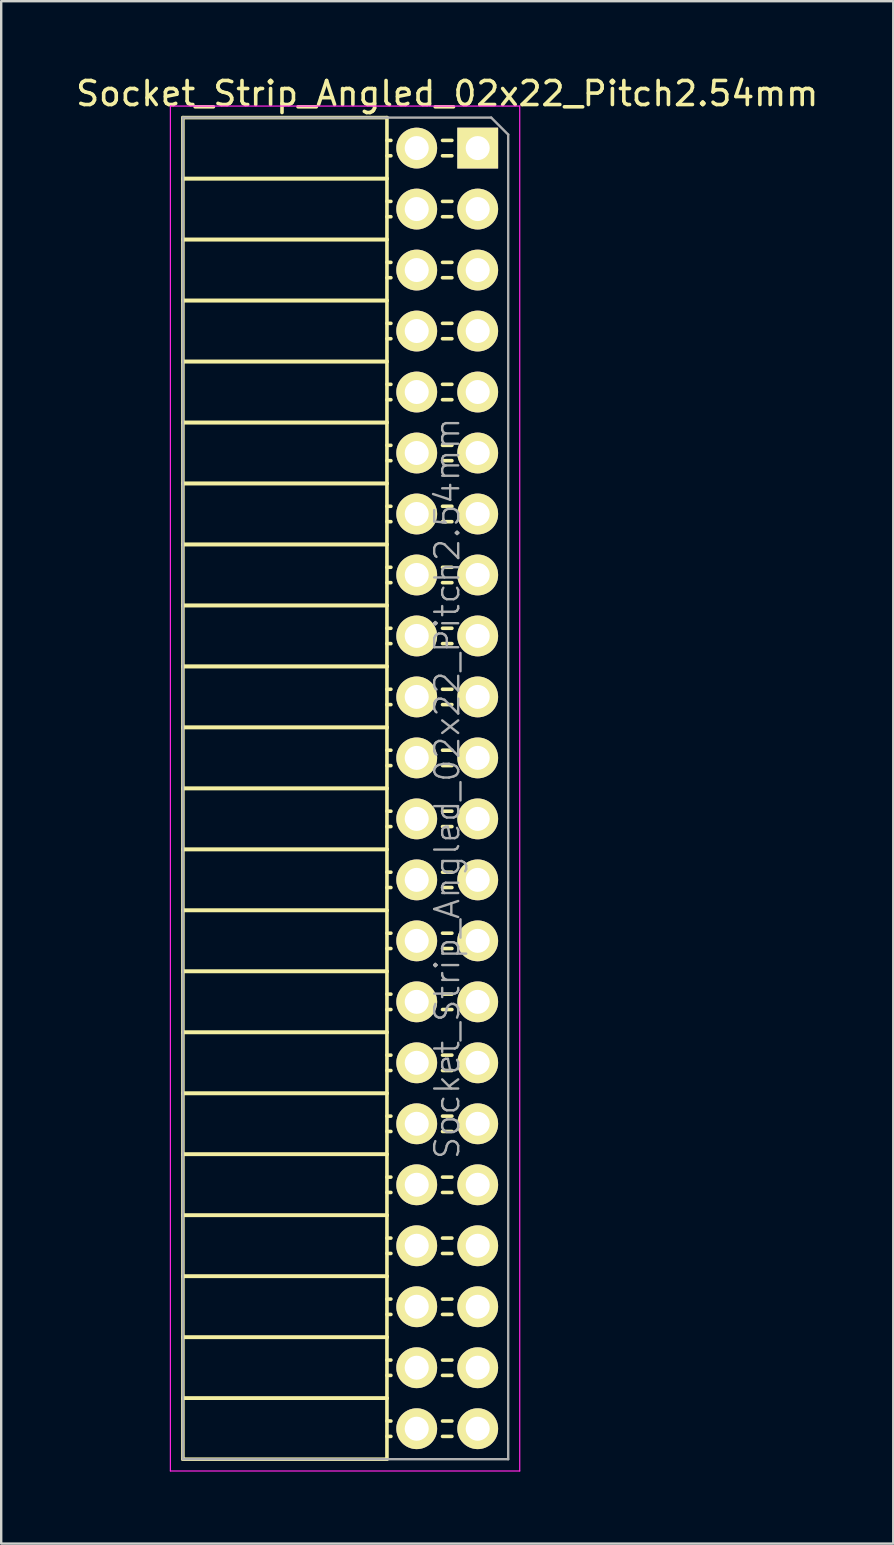
<source format=kicad_pcb>
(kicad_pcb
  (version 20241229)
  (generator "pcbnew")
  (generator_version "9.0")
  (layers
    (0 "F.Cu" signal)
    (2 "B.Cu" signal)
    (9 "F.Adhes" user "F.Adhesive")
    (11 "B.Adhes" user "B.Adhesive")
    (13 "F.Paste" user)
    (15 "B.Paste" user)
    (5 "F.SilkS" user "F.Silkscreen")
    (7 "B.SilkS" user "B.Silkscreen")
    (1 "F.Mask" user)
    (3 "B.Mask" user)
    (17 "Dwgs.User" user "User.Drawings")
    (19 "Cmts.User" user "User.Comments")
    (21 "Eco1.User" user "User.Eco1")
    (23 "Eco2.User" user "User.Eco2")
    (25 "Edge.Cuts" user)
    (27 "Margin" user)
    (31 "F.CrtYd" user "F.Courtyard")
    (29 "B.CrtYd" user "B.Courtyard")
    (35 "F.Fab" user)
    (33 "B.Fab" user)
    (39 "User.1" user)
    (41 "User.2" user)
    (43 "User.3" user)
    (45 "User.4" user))
  (footprint "Socket_Strip_Angled_02x22_Pitch2.54mm"
    (layer "F.Cu")
    (at 16.847 3.118)
    (property "Reference" "Socket_Strip_Angled_02x22_Pitch2.54mm" (at -1.27 -2.27 0) (layer "F.SilkS") (effects (font (size 1 1) (thickness 0.15))))
    (attr smd)
    (fp_line (start -12.28 -1.27) (end -12.28 1.27) (stroke (width 0.15) (type solid)) (layer "F.SilkS"))
    (fp_line (start -12.28 -1.27) (end -3.78 -1.27) (stroke (width 0.15) (type solid)) (layer "F.SilkS"))
    (fp_line (start -12.28 1.27) (end -12.28 3.81) (stroke (width 0.15) (type solid)) (layer "F.SilkS"))
    (fp_line (start -12.28 1.27) (end -3.78 1.27) (stroke (width 0.15) (type solid)) (layer "F.SilkS"))
    (fp_line (start -12.28 1.27) (end -3.78 1.27) (stroke (width 0.15) (type solid)) (layer "F.SilkS"))
    (fp_line (start -12.28 3.81) (end -12.28 6.35) (stroke (width 0.15) (type solid)) (layer "F.SilkS"))
    (fp_line (start -12.28 3.81) (end -3.78 3.81) (stroke (width 0.15) (type solid)) (layer "F.SilkS"))
    (fp_line (start -12.28 3.81) (end -3.78 3.81) (stroke (width 0.15) (type solid)) (layer "F.SilkS"))
    (fp_line (start -12.28 6.35) (end -12.28 8.89) (stroke (width 0.15) (type solid)) (layer "F.SilkS"))
    (fp_line (start -12.28 6.35) (end -3.78 6.35) (stroke (width 0.15) (type solid)) (layer "F.SilkS"))
    (fp_line (start -12.28 6.35) (end -3.78 6.35) (stroke (width 0.15) (type solid)) (layer "F.SilkS"))
    (fp_line (start -12.28 8.89) (end -12.28 11.43) (stroke (width 0.15) (type solid)) (layer "F.SilkS"))
    (fp_line (start -12.28 8.89) (end -3.78 8.89) (stroke (width 0.15) (type solid)) (layer "F.SilkS"))
    (fp_line (start -12.28 8.89) (end -3.78 8.89) (stroke (width 0.15) (type solid)) (layer "F.SilkS"))
    (fp_line (start -12.28 11.43) (end -12.28 13.97) (stroke (width 0.15) (type solid)) (layer "F.SilkS"))
    (fp_line (start -12.28 11.43) (end -3.78 11.43) (stroke (width 0.15) (type solid)) (layer "F.SilkS"))
    (fp_line (start -12.28 11.43) (end -3.78 11.43) (stroke (width 0.15) (type solid)) (layer "F.SilkS"))
    (fp_line (start -12.28 13.97) (end -12.28 16.51) (stroke (width 0.15) (type solid)) (layer "F.SilkS"))
    (fp_line (start -12.28 13.97) (end -3.78 13.97) (stroke (width 0.15) (type solid)) (layer "F.SilkS"))
    (fp_line (start -12.28 13.97) (end -3.78 13.97) (stroke (width 0.15) (type solid)) (layer "F.SilkS"))
    (fp_line (start -12.28 16.51) (end -12.28 19.05) (stroke (width 0.15) (type solid)) (layer "F.SilkS"))
    (fp_line (start -12.28 16.51) (end -3.78 16.51) (stroke (width 0.15) (type solid)) (layer "F.SilkS"))
    (fp_line (start -12.28 16.51) (end -3.78 16.51) (stroke (width 0.15) (type solid)) (layer "F.SilkS"))
    (fp_line (start -12.28 19.05) (end -12.28 21.59) (stroke (width 0.15) (type solid)) (layer "F.SilkS"))
    (fp_line (start -12.28 19.05) (end -3.78 19.05) (stroke (width 0.15) (type solid)) (layer "F.SilkS"))
    (fp_line (start -12.28 19.05) (end -3.78 19.05) (stroke (width 0.15) (type solid)) (layer "F.SilkS"))
    (fp_line (start -12.28 21.59) (end -12.28 24.13) (stroke (width 0.15) (type solid)) (layer "F.SilkS"))
    (fp_line (start -12.28 21.59) (end -3.78 21.59) (stroke (width 0.15) (type solid)) (layer "F.SilkS"))
    (fp_line (start -12.28 21.59) (end -3.78 21.59) (stroke (width 0.15) (type solid)) (layer "F.SilkS"))
    (fp_line (start -12.28 24.13) (end -12.28 26.67) (stroke (width 0.15) (type solid)) (layer "F.SilkS"))
    (fp_line (start -12.28 24.13) (end -3.78 24.13) (stroke (width 0.15) (type solid)) (layer "F.SilkS"))
    (fp_line (start -12.28 24.13) (end -3.78 24.13) (stroke (width 0.15) (type solid)) (layer "F.SilkS"))
    (fp_line (start -12.28 26.67) (end -12.28 29.21) (stroke (width 0.15) (type solid)) (layer "F.SilkS"))
    (fp_line (start -12.28 26.67) (end -3.78 26.67) (stroke (width 0.15) (type solid)) (layer "F.SilkS"))
    (fp_line (start -12.28 26.67) (end -3.78 26.67) (stroke (width 0.15) (type solid)) (layer "F.SilkS"))
    (fp_line (start -12.28 29.21) (end -12.28 31.75) (stroke (width 0.15) (type solid)) (layer "F.SilkS"))
    (fp_line (start -12.28 29.21) (end -3.78 29.21) (stroke (width 0.15) (type solid)) (layer "F.SilkS"))
    (fp_line (start -12.28 29.21) (end -3.78 29.21) (stroke (width 0.15) (type solid)) (layer "F.SilkS"))
    (fp_line (start -12.28 31.75) (end -12.28 34.29) (stroke (width 0.15) (type solid)) (layer "F.SilkS"))
    (fp_line (start -12.28 31.75) (end -3.78 31.75) (stroke (width 0.15) (type solid)) (layer "F.SilkS"))
    (fp_line (start -12.28 31.75) (end -3.78 31.75) (stroke (width 0.15) (type solid)) (layer "F.SilkS"))
    (fp_line (start -12.28 34.29) (end -12.28 36.83) (stroke (width 0.15) (type solid)) (layer "F.SilkS"))
    (fp_line (start -12.28 34.29) (end -3.78 34.29) (stroke (width 0.15) (type solid)) (layer "F.SilkS"))
    (fp_line (start -12.28 34.29) (end -3.78 34.29) (stroke (width 0.15) (type solid)) (layer "F.SilkS"))
    (fp_line (start -12.28 36.83) (end -12.28 39.37) (stroke (width 0.15) (type solid)) (layer "F.SilkS"))
    (fp_line (start -12.28 36.83) (end -3.78 36.83) (stroke (width 0.15) (type solid)) (layer "F.SilkS"))
    (fp_line (start -12.28 36.83) (end -3.78 36.83) (stroke (width 0.15) (type solid)) (layer "F.SilkS"))
    (fp_line (start -12.28 39.37) (end -12.28 41.91) (stroke (width 0.15) (type solid)) (layer "F.SilkS"))
    (fp_line (start -12.28 39.37) (end -3.78 39.37) (stroke (width 0.15) (type solid)) (layer "F.SilkS"))
    (fp_line (start -12.28 39.37) (end -3.78 39.37) (stroke (width 0.15) (type solid)) (layer "F.SilkS"))
    (fp_line (start -12.28 41.91) (end -12.28 44.45) (stroke (width 0.15) (type solid)) (layer "F.SilkS"))
    (fp_line (start -12.28 41.91) (end -3.78 41.91) (stroke (width 0.15) (type solid)) (layer "F.SilkS"))
    (fp_line (start -12.28 41.91) (end -3.78 41.91) (stroke (width 0.15) (type solid)) (layer "F.SilkS"))
    (fp_line (start -12.28 44.45) (end -12.28 46.99) (stroke (width 0.15) (type solid)) (layer "F.SilkS"))
    (fp_line (start -12.28 44.45) (end -3.78 44.45) (stroke (width 0.15) (type solid)) (layer "F.SilkS"))
    (fp_line (start -12.28 44.45) (end -3.78 44.45) (stroke (width 0.15) (type solid)) (layer "F.SilkS"))
    (fp_line (start -12.28 46.99) (end -12.28 49.53) (stroke (width 0.15) (type solid)) (layer "F.SilkS"))
    (fp_line (start -12.28 46.99) (end -3.78 46.99) (stroke (width 0.15) (type solid)) (layer "F.SilkS"))
    (fp_line (start -12.28 46.99) (end -3.78 46.99) (stroke (width 0.15) (type solid)) (layer "F.SilkS"))
    (fp_line (start -12.28 49.53) (end -12.28 52.07) (stroke (width 0.15) (type solid)) (layer "F.SilkS"))
    (fp_line (start -12.28 49.53) (end -3.78 49.53) (stroke (width 0.15) (type solid)) (layer "F.SilkS"))
    (fp_line (start -12.28 49.53) (end -3.78 49.53) (stroke (width 0.15) (type solid)) (layer "F.SilkS"))
    (fp_line (start -12.28 52.07) (end -12.28 54.61) (stroke (width 0.15) (type solid)) (layer "F.SilkS"))
    (fp_line (start -12.28 52.07) (end -3.78 52.07) (stroke (width 0.15) (type solid)) (layer "F.SilkS"))
    (fp_line (start -12.28 52.07) (end -3.78 52.07) (stroke (width 0.15) (type solid)) (layer "F.SilkS"))
    (fp_line (start -12.28 54.61) (end -3.78 54.61) (stroke (width 0.15) (type solid)) (layer "F.SilkS"))
    (fp_line (start -3.78 -1.27) (end -3.78 1.27) (stroke (width 0.15) (type solid)) (layer "F.SilkS"))
    (fp_line (start -3.78 -0.32) (end -3.615 -0.32) (stroke (width 0.15) (type solid)) (layer "F.SilkS"))
    (fp_line (start -3.78 0.32) (end -3.615 0.32) (stroke (width 0.15) (type solid)) (layer "F.SilkS"))
    (fp_line (start -3.78 1.27) (end -3.78 3.81) (stroke (width 0.15) (type solid)) (layer "F.SilkS"))
    (fp_line (start -3.78 2.22) (end -3.615 2.22) (stroke (width 0.15) (type solid)) (layer "F.SilkS"))
    (fp_line (start -3.78 2.86) (end -3.615 2.86) (stroke (width 0.15) (type solid)) (layer "F.SilkS"))
    (fp_line (start -3.78 3.81) (end -3.78 6.35) (stroke (width 0.15) (type solid)) (layer "F.SilkS"))
    (fp_line (start -3.78 4.76) (end -3.615 4.76) (stroke (width 0.15) (type solid)) (layer "F.SilkS"))
    (fp_line (start -3.78 5.4) (end -3.615 5.4) (stroke (width 0.15) (type solid)) (layer "F.SilkS"))
    (fp_line (start -3.78 6.35) (end -3.78 8.89) (stroke (width 0.15) (type solid)) (layer "F.SilkS"))
    (fp_line (start -3.78 7.3) (end -3.615 7.3) (stroke (width 0.15) (type solid)) (layer "F.SilkS"))
    (fp_line (start -3.78 7.94) (end -3.615 7.94) (stroke (width 0.15) (type solid)) (layer "F.SilkS"))
    (fp_line (start -3.78 8.89) (end -3.78 11.43) (stroke (width 0.15) (type solid)) (layer "F.SilkS"))
    (fp_line (start -3.78 9.84) (end -3.615 9.84) (stroke (width 0.15) (type solid)) (layer "F.SilkS"))
    (fp_line (start -3.78 10.48) (end -3.615 10.48) (stroke (width 0.15) (type solid)) (layer "F.SilkS"))
    (fp_line (start -3.78 11.43) (end -3.78 13.97) (stroke (width 0.15) (type solid)) (layer "F.SilkS"))
    (fp_line (start -3.78 12.38) (end -3.615 12.38) (stroke (width 0.15) (type solid)) (layer "F.SilkS"))
    (fp_line (start -3.78 13.02) (end -3.615 13.02) (stroke (width 0.15) (type solid)) (layer "F.SilkS"))
    (fp_line (start -3.78 13.97) (end -3.78 16.51) (stroke (width 0.15) (type solid)) (layer "F.SilkS"))
    (fp_line (start -3.78 14.92) (end -3.615 14.92) (stroke (width 0.15) (type solid)) (layer "F.SilkS"))
    (fp_line (start -3.78 15.56) (end -3.615 15.56) (stroke (width 0.15) (type solid)) (layer "F.SilkS"))
    (fp_line (start -3.78 16.51) (end -3.78 19.05) (stroke (width 0.15) (type solid)) (layer "F.SilkS"))
    (fp_line (start -3.78 17.46) (end -3.615 17.46) (stroke (width 0.15) (type solid)) (layer "F.SilkS"))
    (fp_line (start -3.78 18.1) (end -3.615 18.1) (stroke (width 0.15) (type solid)) (layer "F.SilkS"))
    (fp_line (start -3.78 19.05) (end -3.78 21.59) (stroke (width 0.15) (type solid)) (layer "F.SilkS"))
    (fp_line (start -3.78 20) (end -3.615 20) (stroke (width 0.15) (type solid)) (layer "F.SilkS"))
    (fp_line (start -3.78 20.64) (end -3.615 20.64) (stroke (width 0.15) (type solid)) (layer "F.SilkS"))
    (fp_line (start -3.78 21.59) (end -3.78 24.13) (stroke (width 0.15) (type solid)) (layer "F.SilkS"))
    (fp_line (start -3.78 22.54) (end -3.615 22.54) (stroke (width 0.15) (type solid)) (layer "F.SilkS"))
    (fp_line (start -3.78 23.18) (end -3.615 23.18) (stroke (width 0.15) (type solid)) (layer "F.SilkS"))
    (fp_line (start -3.78 24.13) (end -3.78 26.67) (stroke (width 0.15) (type solid)) (layer "F.SilkS"))
    (fp_line (start -3.78 25.08) (end -3.615 25.08) (stroke (width 0.15) (type solid)) (layer "F.SilkS"))
    (fp_line (start -3.78 25.72) (end -3.615 25.72) (stroke (width 0.15) (type solid)) (layer "F.SilkS"))
    (fp_line (start -3.78 26.67) (end -3.78 29.21) (stroke (width 0.15) (type solid)) (layer "F.SilkS"))
    (fp_line (start -3.78 27.62) (end -3.615 27.62) (stroke (width 0.15) (type solid)) (layer "F.SilkS"))
    (fp_line (start -3.78 28.26) (end -3.615 28.26) (stroke (width 0.15) (type solid)) (layer "F.SilkS"))
    (fp_line (start -3.78 29.21) (end -3.78 31.75) (stroke (width 0.15) (type solid)) (layer "F.SilkS"))
    (fp_line (start -3.78 30.16) (end -3.615 30.16) (stroke (width 0.15) (type solid)) (layer "F.SilkS"))
    (fp_line (start -3.78 30.8) (end -3.615 30.8) (stroke (width 0.15) (type solid)) (layer "F.SilkS"))
    (fp_line (start -3.78 31.75) (end -3.78 34.29) (stroke (width 0.15) (type solid)) (layer "F.SilkS"))
    (fp_line (start -3.78 32.7) (end -3.615 32.7) (stroke (width 0.15) (type solid)) (layer "F.SilkS"))
    (fp_line (start -3.78 33.34) (end -3.615 33.34) (stroke (width 0.15) (type solid)) (layer "F.SilkS"))
    (fp_line (start -3.78 34.29) (end -3.78 36.83) (stroke (width 0.15) (type solid)) (layer "F.SilkS"))
    (fp_line (start -3.78 35.24) (end -3.615 35.24) (stroke (width 0.15) (type solid)) (layer "F.SilkS"))
    (fp_line (start -3.78 35.88) (end -3.615 35.88) (stroke (width 0.15) (type solid)) (layer "F.SilkS"))
    (fp_line (start -3.78 36.83) (end -3.78 39.37) (stroke (width 0.15) (type solid)) (layer "F.SilkS"))
    (fp_line (start -3.78 37.78) (end -3.615 37.78) (stroke (width 0.15) (type solid)) (layer "F.SilkS"))
    (fp_line (start -3.78 38.42) (end -3.615 38.42) (stroke (width 0.15) (type solid)) (layer "F.SilkS"))
    (fp_line (start -3.78 39.37) (end -3.78 41.91) (stroke (width 0.15) (type solid)) (layer "F.SilkS"))
    (fp_line (start -3.78 40.32) (end -3.615 40.32) (stroke (width 0.15) (type solid)) (layer "F.SilkS"))
    (fp_line (start -3.78 40.96) (end -3.615 40.96) (stroke (width 0.15) (type solid)) (layer "F.SilkS"))
    (fp_line (start -3.78 41.91) (end -3.78 44.45) (stroke (width 0.15) (type solid)) (layer "F.SilkS"))
    (fp_line (start -3.78 42.86) (end -3.615 42.86) (stroke (width 0.15) (type solid)) (layer "F.SilkS"))
    (fp_line (start -3.78 43.5) (end -3.615 43.5) (stroke (width 0.15) (type solid)) (layer "F.SilkS"))
    (fp_line (start -3.78 44.45) (end -3.78 46.99) (stroke (width 0.15) (type solid)) (layer "F.SilkS"))
    (fp_line (start -3.78 45.4) (end -3.615 45.4) (stroke (width 0.15) (type solid)) (layer "F.SilkS"))
    (fp_line (start -3.78 46.04) (end -3.615 46.04) (stroke (width 0.15) (type solid)) (layer "F.SilkS"))
    (fp_line (start -3.78 46.99) (end -3.78 49.53) (stroke (width 0.15) (type solid)) (layer "F.SilkS"))
    (fp_line (start -3.78 47.94) (end -3.615 47.94) (stroke (width 0.15) (type solid)) (layer "F.SilkS"))
    (fp_line (start -3.78 48.58) (end -3.615 48.58) (stroke (width 0.15) (type solid)) (layer "F.SilkS"))
    (fp_line (start -3.78 49.53) (end -3.78 52.07) (stroke (width 0.15) (type solid)) (layer "F.SilkS"))
    (fp_line (start -3.78 50.48) (end -3.615 50.48) (stroke (width 0.15) (type solid)) (layer "F.SilkS"))
    (fp_line (start -3.78 51.12) (end -3.615 51.12) (stroke (width 0.15) (type solid)) (layer "F.SilkS"))
    (fp_line (start -3.78 52.07) (end -3.78 54.61) (stroke (width 0.15) (type solid)) (layer "F.SilkS"))
    (fp_line (start -3.78 53.02) (end -3.615 53.02) (stroke (width 0.15) (type solid)) (layer "F.SilkS"))
    (fp_line (start -3.78 53.66) (end -3.615 53.66) (stroke (width 0.15) (type solid)) (layer "F.SilkS"))
    (fp_line (start -1.075 -0.32) (end -1.465 -0.32) (stroke (width 0.15) (type solid)) (layer "F.SilkS"))
    (fp_line (start -1.075 0.32) (end -1.465 0.32) (stroke (width 0.15) (type solid)) (layer "F.SilkS"))
    (fp_line (start -1.075 2.22) (end -1.465 2.22) (stroke (width 0.15) (type solid)) (layer "F.SilkS"))
    (fp_line (start -1.075 2.86) (end -1.465 2.86) (stroke (width 0.15) (type solid)) (layer "F.SilkS"))
    (fp_line (start -1.075 4.76) (end -1.465 4.76) (stroke (width 0.15) (type solid)) (layer "F.SilkS"))
    (fp_line (start -1.075 5.4) (end -1.465 5.4) (stroke (width 0.15) (type solid)) (layer "F.SilkS"))
    (fp_line (start -1.075 7.3) (end -1.465 7.3) (stroke (width 0.15) (type solid)) (layer "F.SilkS"))
    (fp_line (start -1.075 7.94) (end -1.465 7.94) (stroke (width 0.15) (type solid)) (layer "F.SilkS"))
    (fp_line (start -1.075 9.84) (end -1.465 9.84) (stroke (width 0.15) (type solid)) (layer "F.SilkS"))
    (fp_line (start -1.075 10.48) (end -1.465 10.48) (stroke (width 0.15) (type solid)) (layer "F.SilkS"))
    (fp_line (start -1.075 12.38) (end -1.465 12.38) (stroke (width 0.15) (type solid)) (layer "F.SilkS"))
    (fp_line (start -1.075 13.02) (end -1.465 13.02) (stroke (width 0.15) (type solid)) (layer "F.SilkS"))
    (fp_line (start -1.075 14.92) (end -1.465 14.92) (stroke (width 0.15) (type solid)) (layer "F.SilkS"))
    (fp_line (start -1.075 15.56) (end -1.465 15.56) (stroke (width 0.15) (type solid)) (layer "F.SilkS"))
    (fp_line (start -1.075 17.46) (end -1.465 17.46) (stroke (width 0.15) (type solid)) (layer "F.SilkS"))
    (fp_line (start -1.075 18.1) (end -1.465 18.1) (stroke (width 0.15) (type solid)) (layer "F.SilkS"))
    (fp_line (start -1.075 20) (end -1.465 20) (stroke (width 0.15) (type solid)) (layer "F.SilkS"))
    (fp_line (start -1.075 20.64) (end -1.465 20.64) (stroke (width 0.15) (type solid)) (layer "F.SilkS"))
    (fp_line (start -1.075 22.54) (end -1.465 22.54) (stroke (width 0.15) (type solid)) (layer "F.SilkS"))
    (fp_line (start -1.075 23.18) (end -1.465 23.18) (stroke (width 0.15) (type solid)) (layer "F.SilkS"))
    (fp_line (start -1.075 25.08) (end -1.465 25.08) (stroke (width 0.15) (type solid)) (layer "F.SilkS"))
    (fp_line (start -1.075 25.72) (end -1.465 25.72) (stroke (width 0.15) (type solid)) (layer "F.SilkS"))
    (fp_line (start -1.075 27.62) (end -1.465 27.62) (stroke (width 0.15) (type solid)) (layer "F.SilkS"))
    (fp_line (start -1.075 28.26) (end -1.465 28.26) (stroke (width 0.15) (type solid)) (layer "F.SilkS"))
    (fp_line (start -1.075 30.16) (end -1.465 30.16) (stroke (width 0.15) (type solid)) (layer "F.SilkS"))
    (fp_line (start -1.075 30.8) (end -1.465 30.8) (stroke (width 0.15) (type solid)) (layer "F.SilkS"))
    (fp_line (start -1.075 32.7) (end -1.465 32.7) (stroke (width 0.15) (type solid)) (layer "F.SilkS"))
    (fp_line (start -1.075 33.34) (end -1.465 33.34) (stroke (width 0.15) (type solid)) (layer "F.SilkS"))
    (fp_line (start -1.075 35.24) (end -1.465 35.24) (stroke (width 0.15) (type solid)) (layer "F.SilkS"))
    (fp_line (start -1.075 35.88) (end -1.465 35.88) (stroke (width 0.15) (type solid)) (layer "F.SilkS"))
    (fp_line (start -1.075 37.78) (end -1.465 37.78) (stroke (width 0.15) (type solid)) (layer "F.SilkS"))
    (fp_line (start -1.075 38.42) (end -1.465 38.42) (stroke (width 0.15) (type solid)) (layer "F.SilkS"))
    (fp_line (start -1.075 40.32) (end -1.465 40.32) (stroke (width 0.15) (type solid)) (layer "F.SilkS"))
    (fp_line (start -1.075 40.96) (end -1.465 40.96) (stroke (width 0.15) (type solid)) (layer "F.SilkS"))
    (fp_line (start -1.075 42.86) (end -1.465 42.86) (stroke (width 0.15) (type solid)) (layer "F.SilkS"))
    (fp_line (start -1.075 43.5) (end -1.465 43.5) (stroke (width 0.15) (type solid)) (layer "F.SilkS"))
    (fp_line (start -1.075 45.4) (end -1.465 45.4) (stroke (width 0.15) (type solid)) (layer "F.SilkS"))
    (fp_line (start -1.075 46.04) (end -1.465 46.04) (stroke (width 0.15) (type solid)) (layer "F.SilkS"))
    (fp_line (start -1.075 47.94) (end -1.465 47.94) (stroke (width 0.15) (type solid)) (layer "F.SilkS"))
    (fp_line (start -1.075 48.58) (end -1.465 48.58) (stroke (width 0.15) (type solid)) (layer "F.SilkS"))
    (fp_line (start -1.075 50.48) (end -1.465 50.48) (stroke (width 0.15) (type solid)) (layer "F.SilkS"))
    (fp_line (start -1.075 51.12) (end -1.465 51.12) (stroke (width 0.15) (type solid)) (layer "F.SilkS"))
    (fp_line (start -1.075 53.02) (end -1.465 53.02) (stroke (width 0.15) (type solid)) (layer "F.SilkS"))
    (fp_line (start -1.075 53.66) (end -1.465 53.66) (stroke (width 0.15) (type solid)) (layer "F.SilkS"))
    (fp_line (start -12.8 -1.75) (end 1.75 -1.75) (stroke (width 0.05) (type solid)) (layer "F.CrtYd"))
    (fp_line (start -12.8 55.1) (end -12.8 -1.75) (stroke (width 0.05) (type solid)) (layer "F.CrtYd"))
    (fp_line (start -12.8 55.1) (end 1.75 55.1) (stroke (width 0.05) (type solid)) (layer "F.CrtYd"))
    (fp_line (start 1.75 55.1) (end 1.75 -1.75) (stroke (width 0.05) (type solid)) (layer "F.CrtYd"))
    (fp_line (start -12.28 -1.27) (end 0.563 -1.27) (stroke (width 0.1) (type solid)) (layer "F.Fab"))
    (fp_line (start -12.28 54.61) (end -12.28 -1.27) (stroke (width 0.1) (type solid)) (layer "F.Fab"))
    (fp_line (start -12.28 54.61) (end 1.27 54.61) (stroke (width 0.1) (type solid)) (layer "F.Fab"))
    (fp_line (start 1.27 -0.563) (end 0.563 -1.27) (stroke (width 0.1) (type solid)) (layer "F.Fab"))
    (fp_line (start 1.27 54.61) (end 1.27 -0.563) (stroke (width 0.1) (type solid)) (layer "F.Fab"))
    (fp_text user "${REFERENCE}" (at -1.27 26.67 90) (layer "F.Fab") (effects (font (size 1 1) (thickness 0.1))))
    (pad "1" thru_hole rect (at 0 0) (size 1.7 1.7) (drill 1) (layers "*.Cu" "*.Mask" "F.SilkS"))
    (pad "2" thru_hole oval (at -2.54 0) (size 1.7 1.7) (drill 1) (layers "*.Cu" "*.Mask" "F.SilkS"))
    (pad "3" thru_hole oval (at 0 2.54) (size 1.7 1.7) (drill 1) (layers "*.Cu" "*.Mask" "F.SilkS"))
    (pad "4" thru_hole oval (at -2.54 2.54) (size 1.7 1.7) (drill 1) (layers "*.Cu" "*.Mask" "F.SilkS"))
    (pad "5" thru_hole oval (at 0 5.08) (size 1.7 1.7) (drill 1) (layers "*.Cu" "*.Mask" "F.SilkS"))
    (pad "6" thru_hole oval (at -2.54 5.08) (size 1.7 1.7) (drill 1) (layers "*.Cu" "*.Mask" "F.SilkS"))
    (pad "7" thru_hole oval (at 0 7.62) (size 1.7 1.7) (drill 1) (layers "*.Cu" "*.Mask" "F.SilkS"))
    (pad "8" thru_hole oval (at -2.54 7.62) (size 1.7 1.7) (drill 1) (layers "*.Cu" "*.Mask" "F.SilkS"))
    (pad "9" thru_hole oval (at 0 10.16) (size 1.7 1.7) (drill 1) (layers "*.Cu" "*.Mask" "F.SilkS"))
    (pad "10" thru_hole oval (at -2.54 10.16) (size 1.7 1.7) (drill 1) (layers "*.Cu" "*.Mask" "F.SilkS"))
    (pad "11" thru_hole oval (at 0 12.7) (size 1.7 1.7) (drill 1) (layers "*.Cu" "*.Mask" "F.SilkS"))
    (pad "12" thru_hole oval (at -2.54 12.7) (size 1.7 1.7) (drill 1) (layers "*.Cu" "*.Mask" "F.SilkS"))
    (pad "13" thru_hole oval (at 0 15.24) (size 1.7 1.7) (drill 1) (layers "*.Cu" "*.Mask" "F.SilkS"))
    (pad "14" thru_hole oval (at -2.54 15.24) (size 1.7 1.7) (drill 1) (layers "*.Cu" "*.Mask" "F.SilkS"))
    (pad "15" thru_hole oval (at 0 17.78) (size 1.7 1.7) (drill 1) (layers "*.Cu" "*.Mask" "F.SilkS"))
    (pad "16" thru_hole oval (at -2.54 17.78) (size 1.7 1.7) (drill 1) (layers "*.Cu" "*.Mask" "F.SilkS"))
    (pad "17" thru_hole oval (at 0 20.32) (size 1.7 1.7) (drill 1) (layers "*.Cu" "*.Mask" "F.SilkS"))
    (pad "18" thru_hole oval (at -2.54 20.32) (size 1.7 1.7) (drill 1) (layers "*.Cu" "*.Mask" "F.SilkS"))
    (pad "19" thru_hole oval (at 0 22.86) (size 1.7 1.7) (drill 1) (layers "*.Cu" "*.Mask" "F.SilkS"))
    (pad "20" thru_hole oval (at -2.54 22.86) (size 1.7 1.7) (drill 1) (layers "*.Cu" "*.Mask" "F.SilkS"))
    (pad "21" thru_hole oval (at 0 25.4) (size 1.7 1.7) (drill 1) (layers "*.Cu" "*.Mask" "F.SilkS"))
    (pad "22" thru_hole oval (at -2.54 25.4) (size 1.7 1.7) (drill 1) (layers "*.Cu" "*.Mask" "F.SilkS"))
    (pad "23" thru_hole oval (at 0 27.94) (size 1.7 1.7) (drill 1) (layers "*.Cu" "*.Mask" "F.SilkS"))
    (pad "24" thru_hole oval (at -2.54 27.94) (size 1.7 1.7) (drill 1) (layers "*.Cu" "*.Mask" "F.SilkS"))
    (pad "25" thru_hole oval (at 0 30.48) (size 1.7 1.7) (drill 1) (layers "*.Cu" "*.Mask" "F.SilkS"))
    (pad "26" thru_hole oval (at -2.54 30.48) (size 1.7 1.7) (drill 1) (layers "*.Cu" "*.Mask" "F.SilkS"))
    (pad "27" thru_hole oval (at 0 33.02) (size 1.7 1.7) (drill 1) (layers "*.Cu" "*.Mask" "F.SilkS"))
    (pad "28" thru_hole oval (at -2.54 33.02) (size 1.7 1.7) (drill 1) (layers "*.Cu" "*.Mask" "F.SilkS"))
    (pad "29" thru_hole oval (at 0 35.56) (size 1.7 1.7) (drill 1) (layers "*.Cu" "*.Mask" "F.SilkS"))
    (pad "30" thru_hole oval (at -2.54 35.56) (size 1.7 1.7) (drill 1) (layers "*.Cu" "*.Mask" "F.SilkS"))
    (pad "31" thru_hole oval (at 0 38.1) (size 1.7 1.7) (drill 1) (layers "*.Cu" "*.Mask" "F.SilkS"))
    (pad "32" thru_hole oval (at -2.54 38.1) (size 1.7 1.7) (drill 1) (layers "*.Cu" "*.Mask" "F.SilkS"))
    (pad "33" thru_hole oval (at 0 40.64) (size 1.7 1.7) (drill 1) (layers "*.Cu" "*.Mask" "F.SilkS"))
    (pad "34" thru_hole oval (at -2.54 40.64) (size 1.7 1.7) (drill 1) (layers "*.Cu" "*.Mask" "F.SilkS"))
    (pad "35" thru_hole oval (at 0 43.18) (size 1.7 1.7) (drill 1) (layers "*.Cu" "*.Mask" "F.SilkS"))
    (pad "36" thru_hole oval (at -2.54 43.18) (size 1.7 1.7) (drill 1) (layers "*.Cu" "*.Mask" "F.SilkS"))
    (pad "37" thru_hole oval (at 0 45.72) (size 1.7 1.7) (drill 1) (layers "*.Cu" "*.Mask" "F.SilkS"))
    (pad "38" thru_hole oval (at -2.54 45.72) (size 1.7 1.7) (drill 1) (layers "*.Cu" "*.Mask" "F.SilkS"))
    (pad "39" thru_hole oval (at 0 48.26) (size 1.7 1.7) (drill 1) (layers "*.Cu" "*.Mask" "F.SilkS"))
    (pad "40" thru_hole oval (at -2.54 48.26) (size 1.7 1.7) (drill 1) (layers "*.Cu" "*.Mask" "F.SilkS"))
    (pad "41" thru_hole oval (at 0 50.8) (size 1.7 1.7) (drill 1) (layers "*.Cu" "*.Mask" "F.SilkS"))
    (pad "42" thru_hole oval (at -2.54 50.8) (size 1.7 1.7) (drill 1) (layers "*.Cu" "*.Mask" "F.SilkS"))
    (pad "43" thru_hole oval (at 0 53.34) (size 1.7 1.7) (drill 1) (layers "*.Cu" "*.Mask" "F.SilkS"))
    (pad "44" thru_hole oval (at -2.54 53.34) (size 1.7 1.7) (drill 1) (layers "*.Cu" "*.Mask" "F.SilkS")))
  (gr_rect
    (start -3 -3)
    (end 34.155 61.243)
    (stroke (width 0.1) (type default))
    (fill no)
    (layer "Edge.Cuts")))
</source>
